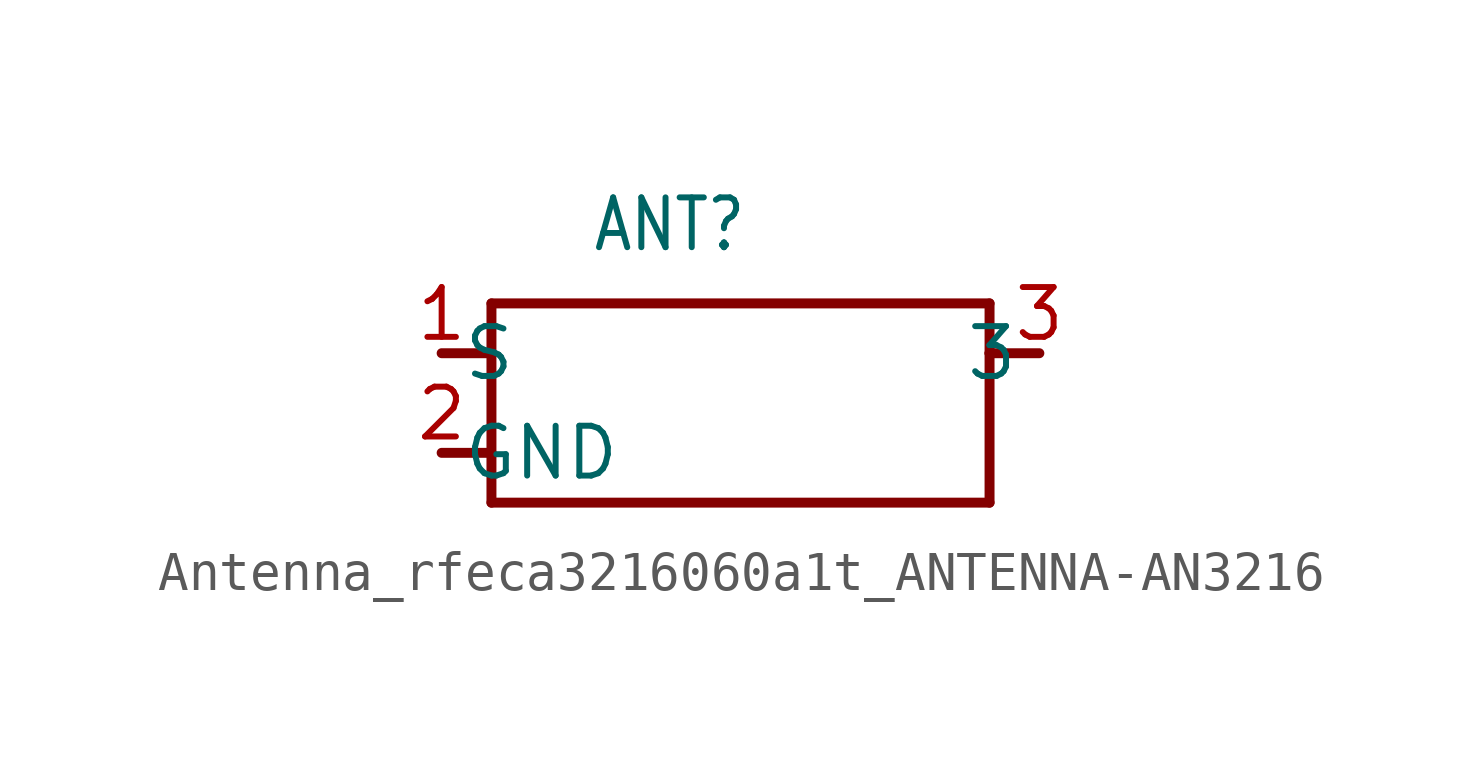
<source format=kicad_sym>
(kicad_symbol_lib
  (version 20231120)
  (generator "kicad_symbol_editor")
  (generator_version "8.0")
  (symbol "Antenna_rfeca3216060a1t_ANTENNA-AN3216"
    (property "Reference" "ANT"
      (at 0 5.08 0)
      (effects (font (size 1.27 1.079)) (justify left bottom)))
    (property "Value" ""
      (at 0 3.81 0)
      (effects (font (size 1.27 1.079)) (justify left bottom)))
    (property "ki_locked" ""
      (at 0 0 0)
      (effects (font (size 1.27 1.27))))
    (symbol "Antenna_rfeca3216060a1t_ANTENNA-AN3216_1_0"
      (polyline (pts (xy -3.81 0) (xy -2.54 0)) (stroke (width 0.254) (type solid)) (fill (type none)))
      (polyline (pts (xy -3.81 2.54) (xy -2.54 2.54)) (stroke (width 0.254) (type solid)) (fill (type none)))
      (polyline (pts (xy -2.54 -1.27) (xy 10.16 -1.27)) (stroke (width 0.254) (type solid)) (fill (type none)))
      (polyline (pts (xy -2.54 0) (xy -2.54 -1.27)) (stroke (width 0.254) (type solid)) (fill (type none)))
      (polyline (pts (xy -2.54 2.54) (xy -2.54 0)) (stroke (width 0.254) (type solid)) (fill (type none)))
      (polyline (pts (xy -2.54 3.81) (xy -2.54 2.54)) (stroke (width 0.254) (type solid)) (fill (type none)))
      (polyline (pts (xy 10.16 -1.27) (xy 10.16 2.54)) (stroke (width 0.254) (type solid)) (fill (type none)))
      (polyline (pts (xy 10.16 2.54) (xy 10.16 3.81)) (stroke (width 0.254) (type solid)) (fill (type none)))
      (polyline (pts (xy 10.16 3.81) (xy -2.54 3.81)) (stroke (width 0.254) (type solid)) (fill (type none)))
      (polyline (pts (xy 11.43 2.54) (xy 10.16 2.54)) (stroke (width 0.254) (type solid)) (fill (type none)))
      (pin bidirectional line (at -3.81 2.54 0) (length 0) (name "S" (effects (font (size 1.27 1.27)))) (number "1" (effects (font (size 1.27 1.27)))))
      (pin bidirectional line (at -3.81 0 0) (length 0) (name "GND" (effects (font (size 1.27 1.27)))) (number "2" (effects (font (size 1.27 1.27)))))
      (pin bidirectional line (at 11.43 2.54 180) (length 0) (name "3" (effects (font (size 1.27 1.27)))) (number "3" (effects (font (size 1.27 1.27))))))))
</source>
